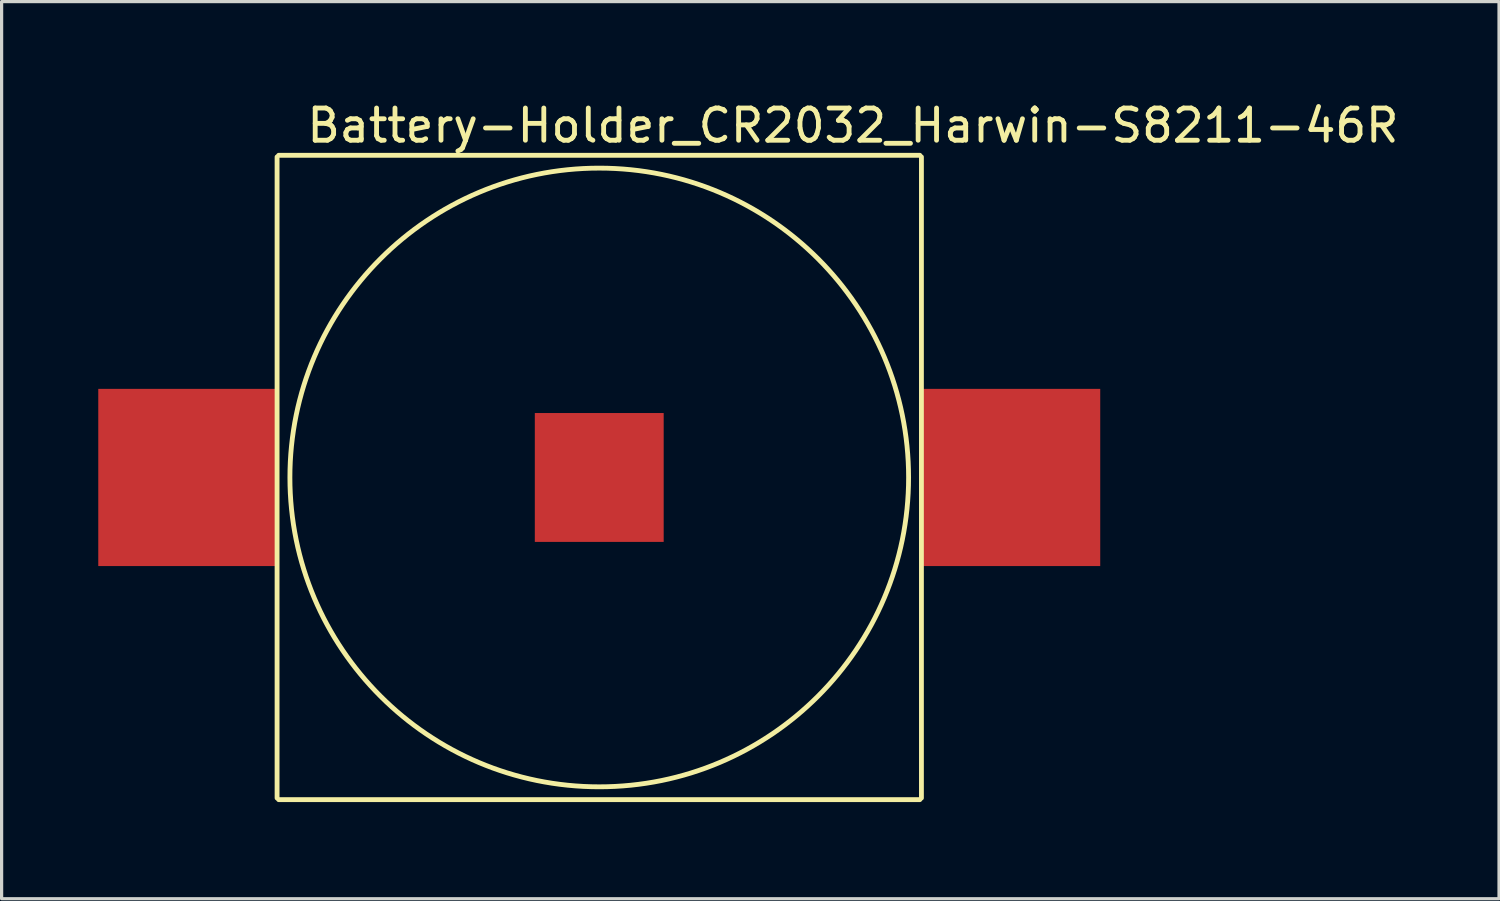
<source format=kicad_pcb>
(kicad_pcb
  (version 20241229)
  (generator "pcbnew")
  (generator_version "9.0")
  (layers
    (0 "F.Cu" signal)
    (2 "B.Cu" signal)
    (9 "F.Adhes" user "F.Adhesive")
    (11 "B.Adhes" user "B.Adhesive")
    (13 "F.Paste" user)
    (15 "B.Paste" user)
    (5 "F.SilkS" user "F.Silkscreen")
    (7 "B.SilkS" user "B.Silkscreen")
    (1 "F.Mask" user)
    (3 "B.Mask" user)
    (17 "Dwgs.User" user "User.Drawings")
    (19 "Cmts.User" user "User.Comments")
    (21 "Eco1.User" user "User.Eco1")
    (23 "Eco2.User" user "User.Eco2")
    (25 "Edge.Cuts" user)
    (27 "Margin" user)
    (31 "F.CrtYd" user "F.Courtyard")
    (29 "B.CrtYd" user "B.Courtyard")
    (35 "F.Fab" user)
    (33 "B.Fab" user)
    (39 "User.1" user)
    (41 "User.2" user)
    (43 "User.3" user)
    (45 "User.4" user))
  (footprint "Battery-Holder_CR2032_Harwin-S8211-46R"
    (layer "F.Cu")
    (at 15.55 11.77)
    (property "Reference" "Battery-Holder_CR2032_Harwin-S8211-46R" (at 7.874 -10.922 0) (layer "F.SilkS") (effects (font (size 1 1) (thickness 0.15))))
    (attr through_hole)
    (fp_line (start -10 9.95) (end -10 -9.95) (stroke (width 0.15) (type solid)) (layer "F.SilkS"))
    (fp_line (start -9.95 -10) (end 9.95 -10) (stroke (width 0.15) (type solid)) (layer "F.SilkS"))
    (fp_line (start -9.95 10) (end 9.95 10) (stroke (width 0.15) (type solid)) (layer "F.SilkS"))
    (fp_line (start 10 9.95) (end 10 -9.95) (stroke (width 0.15) (type solid)) (layer "F.SilkS"))
    (fp_circle (center 0 0) (end 7.62 -5.842) (stroke (width 0.15) (type solid)) (fill no) (layer "F.SilkS"))
    (pad "1" smd rect (at -12.8 0) (size 5.5 5.5) (layers "F.Cu" "F.Mask" "F.Paste"))
    (pad "1" smd rect (at 12.8 0) (size 5.5 5.5) (layers "F.Cu" "F.Mask" "F.Paste"))
    (pad "2" smd rect (at 0 0) (size 4 4) (layers "F.Cu" "F.Mask" "F.Paste")))
  (gr_rect
    (start -3 -3)
    (end 43.478 24.845)
    (stroke (width 0.1) (type default))
    (fill no)
    (layer "Edge.Cuts")))
</source>
